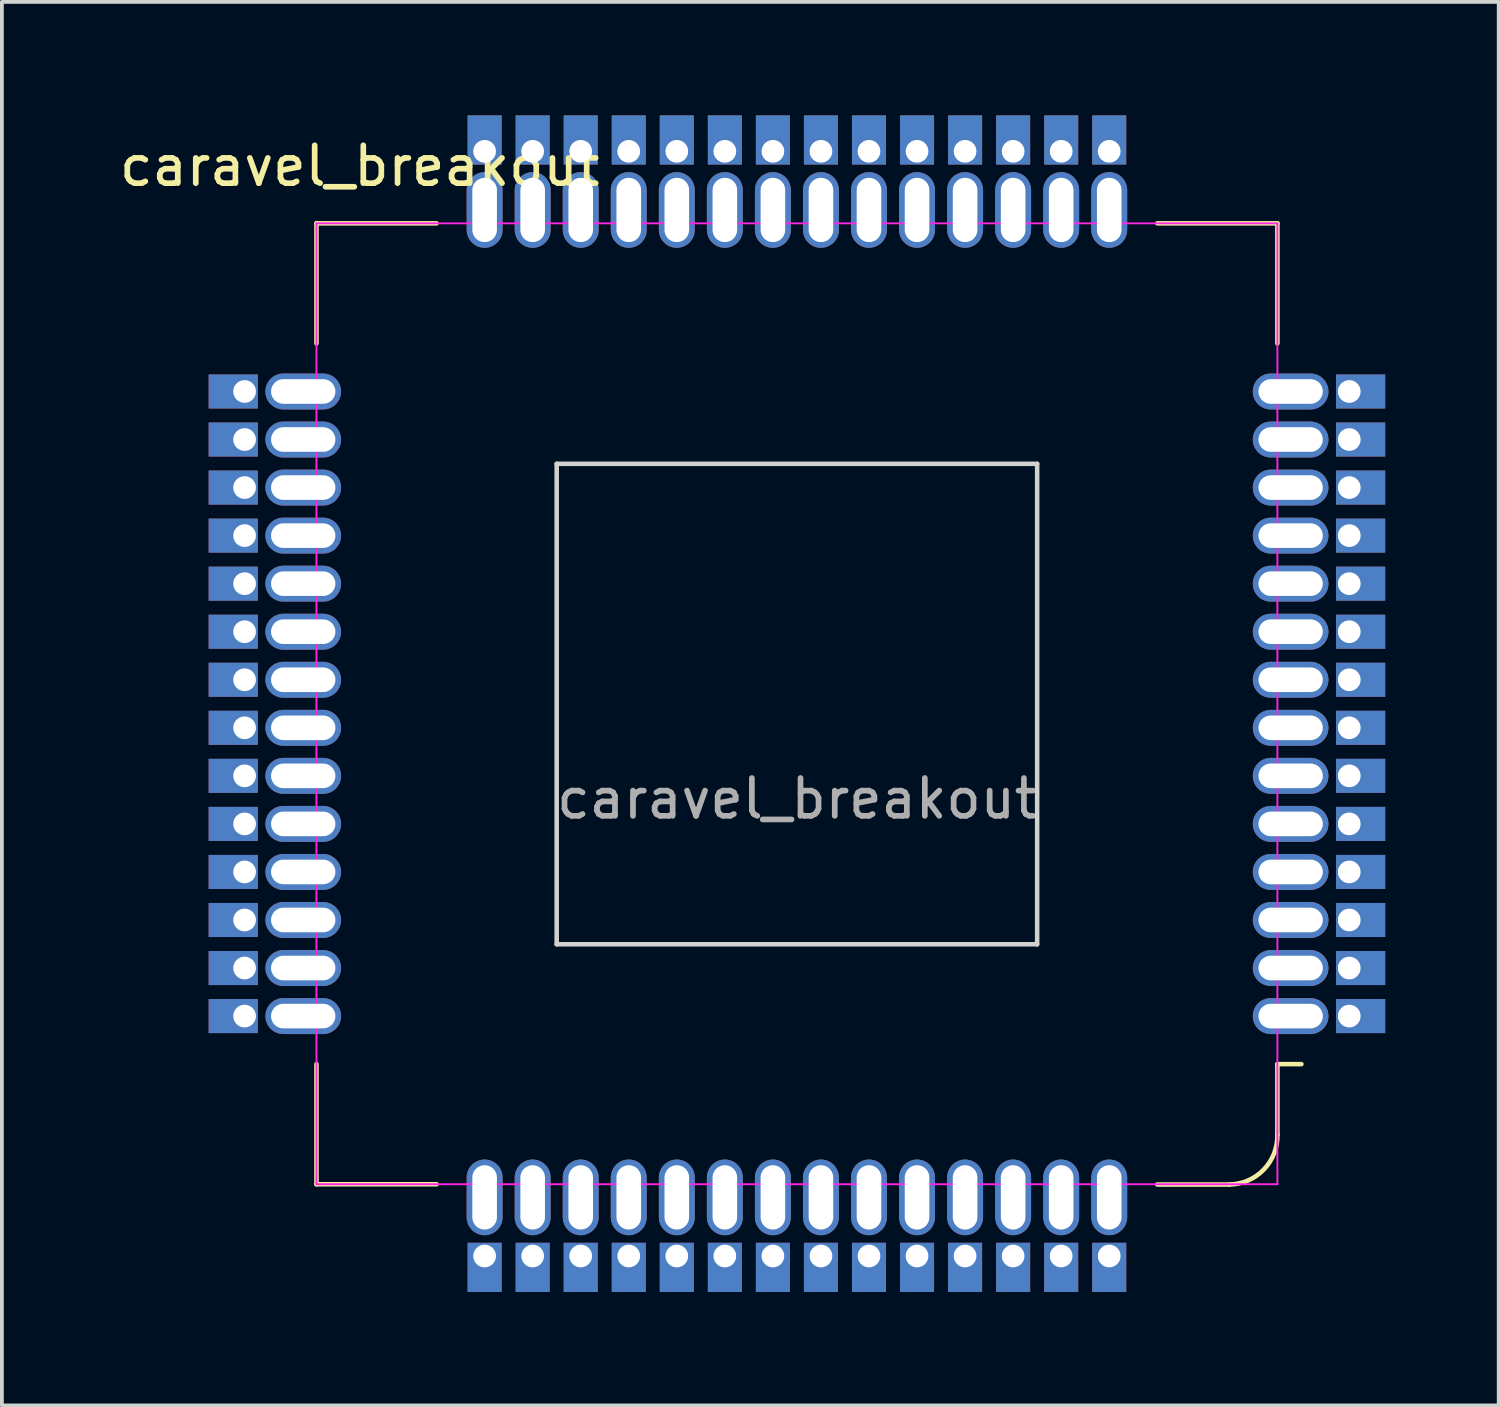
<source format=kicad_pcb>
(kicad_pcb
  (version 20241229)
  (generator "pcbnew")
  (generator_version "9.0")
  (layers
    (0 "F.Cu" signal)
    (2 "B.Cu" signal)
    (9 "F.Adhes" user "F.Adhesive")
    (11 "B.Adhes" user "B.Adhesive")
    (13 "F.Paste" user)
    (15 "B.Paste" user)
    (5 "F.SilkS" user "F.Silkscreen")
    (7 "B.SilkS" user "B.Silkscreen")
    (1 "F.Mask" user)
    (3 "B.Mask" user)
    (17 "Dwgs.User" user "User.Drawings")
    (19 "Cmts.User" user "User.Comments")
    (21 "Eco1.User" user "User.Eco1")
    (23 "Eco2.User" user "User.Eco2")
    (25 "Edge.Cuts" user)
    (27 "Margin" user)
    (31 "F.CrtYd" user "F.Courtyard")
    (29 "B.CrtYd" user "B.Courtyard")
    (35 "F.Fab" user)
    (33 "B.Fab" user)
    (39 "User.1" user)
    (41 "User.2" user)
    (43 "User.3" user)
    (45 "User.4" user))
  (footprint "caravel_breakout"
    (layer "F.Cu")
    (at 18.015 15.56)
    (property "Reference" "caravel_breakout" (at -11.557 -14.224 0) (unlocked yes) (layer "F.SilkS") (effects (font (size 1 1) (thickness 0.15))))
    (attr through_hole)
    (fp_line (start -12.7 -12.707) (end -9.525 -12.707) (stroke (width 0.12) (type solid)) (layer "F.SilkS"))
    (fp_line (start -12.7 -9.532) (end -12.7 -12.707) (stroke (width 0.12) (type solid)) (layer "F.SilkS"))
    (fp_line (start -12.7 9.518) (end -12.7 12.693) (stroke (width 0.12) (type solid)) (layer "F.SilkS"))
    (fp_line (start -12.7 12.693) (end -9.525 12.693) (stroke (width 0.12) (type solid)) (layer "F.SilkS"))
    (fp_line (start 9.525 -12.707) (end 12.7 -12.707) (stroke (width 0.12) (type solid)) (layer "F.SilkS"))
    (fp_line (start 9.525 12.7) (end 11.43 12.7) (stroke (width 0.12) (type solid)) (layer "F.SilkS"))
    (fp_line (start 12.7 -12.707) (end 12.7 -9.532) (stroke (width 0.12) (type solid)) (layer "F.SilkS"))
    (fp_line (start 12.7 9.518) (end 13.335 9.518) (stroke (width 0.12) (type solid)) (layer "F.SilkS"))
    (fp_line (start 12.7 11.38) (end 12.7 9.518) (stroke (width 0.12) (type solid)) (layer "F.SilkS"))
    (fp_arc (start 12.7 11.3805) (mid 12.340258 12.305182) (end 11.43 12.7) (stroke (width 0.12) (type solid)) (layer "F.SilkS"))
    (fp_line (start -6.35 -6.35) (end 6.35 -6.35) (stroke (width 0.12) (type solid)) (layer "Edge.Cuts"))
    (fp_line (start -6.35 6.35) (end -6.35 -6.35) (stroke (width 0.12) (type solid)) (layer "Edge.Cuts"))
    (fp_line (start 6.35 -6.35) (end 6.35 6.35) (stroke (width 0.12) (type solid)) (layer "Edge.Cuts"))
    (fp_line (start 6.35 6.35) (end -6.35 6.35) (stroke (width 0.12) (type solid)) (layer "Edge.Cuts"))
    (fp_line (start -12.7 -12.707) (end 12.7 -12.707) (stroke (width 0.05) (type solid)) (layer "F.CrtYd"))
    (fp_line (start -12.7 12.693) (end -12.7 -12.707) (stroke (width 0.05) (type solid)) (layer "F.CrtYd"))
    (fp_line (start -12.7 12.693) (end 12.7 12.693) (stroke (width 0.05) (type solid)) (layer "F.CrtYd"))
    (fp_line (start 12.7 12.693) (end 12.7 -12.707) (stroke (width 0.05) (type solid)) (layer "F.CrtYd"))
    (fp_text user "${REFERENCE}" (at 0 2.5 0) (unlocked yes) (layer "F.Fab") (effects (font (size 1 1) (thickness 0.15))))
    (pad "1" thru_hole oval (at 13.05 8.248 180) (size 2 0.95) (drill oval 1.7 0.65) (layers "*.Cu" "*.Mask"))
    (pad "1" thru_hole rect (at 14.6 8.248 180) (size 1.3 0.9) (drill 0.6 (offset -0.3 0)) (layers "*.Cu" "*.Mask"))
    (pad "2" thru_hole oval (at 13.05 6.978 180) (size 2 0.95) (drill oval 1.7 0.65) (layers "*.Cu" "*.Mask"))
    (pad "2" thru_hole rect (at 14.6 6.978 180) (size 1.3 0.9) (drill 0.6 (offset -0.3 0)) (layers "*.Cu" "*.Mask"))
    (pad "3" thru_hole oval (at 13.05 5.708 180) (size 2 0.95) (drill oval 1.7 0.65) (layers "*.Cu" "*.Mask"))
    (pad "3" thru_hole rect (at 14.6 5.708 180) (size 1.3 0.9) (drill 0.6 (offset -0.3 0)) (layers "*.Cu" "*.Mask"))
    (pad "4" thru_hole oval (at 13.05 4.438 180) (size 2 0.95) (drill oval 1.7 0.65) (layers "*.Cu" "*.Mask"))
    (pad "4" thru_hole rect (at 14.6 4.438 180) (size 1.3 0.9) (drill 0.6 (offset -0.3 0)) (layers "*.Cu" "*.Mask"))
    (pad "5" thru_hole oval (at 13.05 3.168 180) (size 2 0.95) (drill oval 1.7 0.65) (layers "*.Cu" "*.Mask"))
    (pad "5" thru_hole rect (at 14.6 3.168 180) (size 1.3 0.9) (drill 0.6 (offset -0.3 0)) (layers "*.Cu" "*.Mask"))
    (pad "6" thru_hole oval (at 13.05 1.898 180) (size 2 0.95) (drill oval 1.7 0.65) (layers "*.Cu" "*.Mask"))
    (pad "6" thru_hole rect (at 14.6 1.898 180) (size 1.3 0.9) (drill 0.6 (offset -0.3 0)) (layers "*.Cu" "*.Mask"))
    (pad "7" thru_hole oval (at 13.05 0.628 180) (size 2 0.95) (drill oval 1.7 0.65) (layers "*.Cu" "*.Mask"))
    (pad "7" thru_hole rect (at 14.6 0.628 180) (size 1.3 0.9) (drill 0.6 (offset -0.3 0)) (layers "*.Cu" "*.Mask"))
    (pad "8" thru_hole oval (at 13.05 -0.642 180) (size 2 0.95) (drill oval 1.7 0.65) (layers "*.Cu" "*.Mask"))
    (pad "8" thru_hole rect (at 14.6 -0.642 180) (size 1.3 0.9) (drill 0.6 (offset -0.3 0)) (layers "*.Cu" "*.Mask"))
    (pad "9" thru_hole oval (at 13.05 -1.912 180) (size 2 0.95) (drill oval 1.7 0.65) (layers "*.Cu" "*.Mask"))
    (pad "9" thru_hole rect (at 14.6 -1.912 180) (size 1.3 0.9) (drill 0.6 (offset -0.3 0)) (layers "*.Cu" "*.Mask"))
    (pad "10" thru_hole oval (at 13.05 -3.182 180) (size 2 0.95) (drill oval 1.7 0.65) (layers "*.Cu" "*.Mask"))
    (pad "10" thru_hole rect (at 14.6 -3.182 180) (size 1.3 0.9) (drill 0.6 (offset -0.3 0)) (layers "*.Cu" "*.Mask"))
    (pad "11" thru_hole oval (at 13.05 -4.452 180) (size 2 0.95) (drill oval 1.7 0.65) (layers "*.Cu" "*.Mask"))
    (pad "11" thru_hole rect (at 14.6 -4.452 180) (size 1.3 0.9) (drill 0.6 (offset -0.3 0)) (layers "*.Cu" "*.Mask"))
    (pad "12" thru_hole oval (at 13.05 -5.722 180) (size 2 0.95) (drill oval 1.7 0.65) (layers "*.Cu" "*.Mask"))
    (pad "12" thru_hole rect (at 14.6 -5.722 180) (size 1.3 0.9) (drill 0.6 (offset -0.3 0)) (layers "*.Cu" "*.Mask"))
    (pad "13" thru_hole oval (at 13.05 -6.992 180) (size 2 0.95) (drill oval 1.7 0.65) (layers "*.Cu" "*.Mask"))
    (pad "13" thru_hole rect (at 14.6 -6.992 180) (size 1.3 0.9) (drill 0.6 (offset -0.3 0)) (layers "*.Cu" "*.Mask"))
    (pad "14" thru_hole oval (at 13.05 -8.262 180) (size 2 0.95) (drill oval 1.7 0.65) (layers "*.Cu" "*.Mask"))
    (pad "14" thru_hole rect (at 14.6 -8.262 180) (size 1.3 0.9) (drill 0.6 (offset -0.3 0)) (layers "*.Cu" "*.Mask"))
    (pad "15" thru_hole rect (at 8.255 -14.61 270) (size 1.3 0.9) (drill 0.6 (offset -0.3 0)) (layers "*.Cu" "*.Mask"))
    (pad "15" thru_hole oval (at 8.255 -13.06 270) (size 2 0.95) (drill oval 1.7 0.65) (layers "*.Cu" "*.Mask"))
    (pad "16" thru_hole rect (at 6.985 -14.61 270) (size 1.3 0.9) (drill 0.6 (offset -0.3 0)) (layers "*.Cu" "*.Mask"))
    (pad "16" thru_hole oval (at 6.985 -13.06 270) (size 2 0.95) (drill oval 1.7 0.65) (layers "*.Cu" "*.Mask"))
    (pad "17" thru_hole rect (at 5.715 -14.61 270) (size 1.3 0.9) (drill 0.6 (offset -0.3 0)) (layers "*.Cu" "*.Mask"))
    (pad "17" thru_hole oval (at 5.715 -13.06 270) (size 2 0.95) (drill oval 1.7 0.65) (layers "*.Cu" "*.Mask"))
    (pad "18" thru_hole rect (at 4.445 -14.61 270) (size 1.3 0.9) (drill 0.6 (offset -0.3 0)) (layers "*.Cu" "*.Mask"))
    (pad "18" thru_hole oval (at 4.445 -13.06 270) (size 2 0.95) (drill oval 1.7 0.65) (layers "*.Cu" "*.Mask"))
    (pad "19" thru_hole rect (at 3.175 -14.61 270) (size 1.3 0.9) (drill 0.6 (offset -0.3 0)) (layers "*.Cu" "*.Mask"))
    (pad "19" thru_hole oval (at 3.175 -13.06 270) (size 2 0.95) (drill oval 1.7 0.65) (layers "*.Cu" "*.Mask"))
    (pad "20" thru_hole rect (at 1.905 -14.61 270) (size 1.3 0.9) (drill 0.6 (offset -0.3 0)) (layers "*.Cu" "*.Mask"))
    (pad "20" thru_hole oval (at 1.905 -13.06 270) (size 2 0.95) (drill oval 1.7 0.65) (layers "*.Cu" "*.Mask"))
    (pad "21" thru_hole rect (at 0.635 -14.61 270) (size 1.3 0.9) (drill 0.6 (offset -0.3 0)) (layers "*.Cu" "*.Mask"))
    (pad "21" thru_hole oval (at 0.635 -13.06 270) (size 2 0.95) (drill oval 1.7 0.65) (layers "*.Cu" "*.Mask"))
    (pad "22" thru_hole rect (at -0.635 -14.61 270) (size 1.3 0.9) (drill 0.6 (offset -0.3 0)) (layers "*.Cu" "*.Mask"))
    (pad "22" thru_hole oval (at -0.635 -13.06 270) (size 2 0.95) (drill oval 1.7 0.65) (layers "*.Cu" "*.Mask"))
    (pad "23" thru_hole rect (at -1.905 -14.61 270) (size 1.3 0.9) (drill 0.6 (offset -0.3 0)) (layers "*.Cu" "*.Mask"))
    (pad "23" thru_hole oval (at -1.905 -13.06 270) (size 2 0.95) (drill oval 1.7 0.65) (layers "*.Cu" "*.Mask"))
    (pad "24" thru_hole rect (at -3.175 -14.61 270) (size 1.3 0.9) (drill 0.6 (offset -0.3 0)) (layers "*.Cu" "*.Mask"))
    (pad "24" thru_hole oval (at -3.175 -13.06 270) (size 2 0.95) (drill oval 1.7 0.65) (layers "*.Cu" "*.Mask"))
    (pad "25" thru_hole rect (at -4.445 -14.61 270) (size 1.3 0.9) (drill 0.6 (offset -0.3 0)) (layers "*.Cu" "*.Mask"))
    (pad "25" thru_hole oval (at -4.445 -13.06 270) (size 2 0.95) (drill oval 1.7 0.65) (layers "*.Cu" "*.Mask"))
    (pad "26" thru_hole rect (at -5.715 -14.61 270) (size 1.3 0.9) (drill 0.6 (offset -0.3 0)) (layers "*.Cu" "*.Mask"))
    (pad "26" thru_hole oval (at -5.715 -13.06 270) (size 2 0.95) (drill oval 1.7 0.65) (layers "*.Cu" "*.Mask"))
    (pad "27" thru_hole rect (at -6.985 -14.61 270) (size 1.3 0.9) (drill 0.6 (offset -0.3 0)) (layers "*.Cu" "*.Mask"))
    (pad "27" thru_hole oval (at -6.985 -13.06 270) (size 2 0.95) (drill oval 1.7 0.65) (layers "*.Cu" "*.Mask"))
    (pad "28" thru_hole rect (at -8.255 -14.61 270) (size 1.3 0.9) (drill 0.6 (offset -0.3 0)) (layers "*.Cu" "*.Mask"))
    (pad "28" thru_hole oval (at -8.255 -13.06 270) (size 2 0.95) (drill oval 1.7 0.65) (layers "*.Cu" "*.Mask"))
    (pad "29" thru_hole rect (at -14.6 -8.262) (size 1.3 0.9) (drill 0.6 (offset -0.3 0)) (layers "*.Cu" "*.Mask"))
    (pad "29" thru_hole oval (at -13.05 -8.262) (size 2 0.95) (drill oval 1.7 0.65) (layers "*.Cu" "*.Mask"))
    (pad "30" thru_hole rect (at -14.6 -6.992) (size 1.3 0.9) (drill 0.6 (offset -0.3 0)) (layers "*.Cu" "*.Mask"))
    (pad "30" thru_hole oval (at -13.05 -6.992) (size 2 0.95) (drill oval 1.7 0.65) (layers "*.Cu" "*.Mask"))
    (pad "31" thru_hole rect (at -14.6 -5.722) (size 1.3 0.9) (drill 0.6 (offset -0.3 0)) (layers "*.Cu" "*.Mask"))
    (pad "31" thru_hole oval (at -13.05 -5.722) (size 2 0.95) (drill oval 1.7 0.65) (layers "*.Cu" "*.Mask"))
    (pad "32" thru_hole rect (at -14.6 -4.452) (size 1.3 0.9) (drill 0.6 (offset -0.3 0)) (layers "*.Cu" "*.Mask"))
    (pad "32" thru_hole oval (at -13.05 -4.452) (size 2 0.95) (drill oval 1.7 0.65) (layers "*.Cu" "*.Mask"))
    (pad "33" thru_hole rect (at -14.6 -3.182) (size 1.3 0.9) (drill 0.6 (offset -0.3 0)) (layers "*.Cu" "*.Mask"))
    (pad "33" thru_hole oval (at -13.05 -3.182) (size 2 0.95) (drill oval 1.7 0.65) (layers "*.Cu" "*.Mask"))
    (pad "34" thru_hole rect (at -14.6 -1.912) (size 1.3 0.9) (drill 0.6 (offset -0.3 0)) (layers "*.Cu" "*.Mask"))
    (pad "34" thru_hole oval (at -13.05 -1.912) (size 2 0.95) (drill oval 1.7 0.65) (layers "*.Cu" "*.Mask"))
    (pad "35" thru_hole rect (at -14.6 -0.642) (size 1.3 0.9) (drill 0.6 (offset -0.3 0)) (layers "*.Cu" "*.Mask"))
    (pad "35" thru_hole oval (at -13.05 -0.642) (size 2 0.95) (drill oval 1.7 0.65) (layers "*.Cu" "*.Mask"))
    (pad "36" thru_hole rect (at -14.6 0.628) (size 1.3 0.9) (drill 0.6 (offset -0.3 0)) (layers "*.Cu" "*.Mask"))
    (pad "36" thru_hole oval (at -13.05 0.628) (size 2 0.95) (drill oval 1.7 0.65) (layers "*.Cu" "*.Mask"))
    (pad "37" thru_hole rect (at -14.6 1.898) (size 1.3 0.9) (drill 0.6 (offset -0.3 0)) (layers "*.Cu" "*.Mask"))
    (pad "37" thru_hole oval (at -13.05 1.898) (size 2 0.95) (drill oval 1.7 0.65) (layers "*.Cu" "*.Mask"))
    (pad "38" thru_hole rect (at -14.6 3.168) (size 1.3 0.9) (drill 0.6 (offset -0.3 0)) (layers "*.Cu" "*.Mask"))
    (pad "38" thru_hole oval (at -13.05 3.168) (size 2 0.95) (drill oval 1.7 0.65) (layers "*.Cu" "*.Mask"))
    (pad "39" thru_hole rect (at -14.6 4.438) (size 1.3 0.9) (drill 0.6 (offset -0.3 0)) (layers "*.Cu" "*.Mask"))
    (pad "39" thru_hole oval (at -13.05 4.438) (size 2 0.95) (drill oval 1.7 0.65) (layers "*.Cu" "*.Mask"))
    (pad "40" thru_hole rect (at -14.6 5.708) (size 1.3 0.9) (drill 0.6 (offset -0.3 0)) (layers "*.Cu" "*.Mask"))
    (pad "40" thru_hole oval (at -13.05 5.708) (size 2 0.95) (drill oval 1.7 0.65) (layers "*.Cu" "*.Mask"))
    (pad "41" thru_hole rect (at -14.6 6.978) (size 1.3 0.9) (drill 0.6 (offset -0.3 0)) (layers "*.Cu" "*.Mask"))
    (pad "41" thru_hole oval (at -13.05 6.978) (size 2 0.95) (drill oval 1.7 0.65) (layers "*.Cu" "*.Mask"))
    (pad "42" thru_hole rect (at -14.6 8.248) (size 1.3 0.9) (drill 0.6 (offset -0.3 0)) (layers "*.Cu" "*.Mask"))
    (pad "42" thru_hole oval (at -13.05 8.248) (size 2 0.95) (drill oval 1.7 0.65) (layers "*.Cu" "*.Mask"))
    (pad "43" thru_hole oval (at -8.255 13.04 90) (size 2 0.95) (drill oval 1.7 0.65) (layers "*.Cu" "*.Mask"))
    (pad "43" thru_hole rect (at -8.255 14.59 90) (size 1.3 0.9) (drill 0.6 (offset -0.3 0)) (layers "*.Cu" "*.Mask"))
    (pad "44" thru_hole oval (at -6.985 13.04 90) (size 2 0.95) (drill oval 1.7 0.65) (layers "*.Cu" "*.Mask"))
    (pad "44" thru_hole rect (at -6.985 14.59 90) (size 1.3 0.9) (drill 0.6 (offset -0.3 0)) (layers "*.Cu" "*.Mask"))
    (pad "45" thru_hole oval (at -5.715 13.04 90) (size 2 0.95) (drill oval 1.7 0.65) (layers "*.Cu" "*.Mask"))
    (pad "45" thru_hole rect (at -5.715 14.59 90) (size 1.3 0.9) (drill 0.6 (offset -0.3 0)) (layers "*.Cu" "*.Mask"))
    (pad "46" thru_hole oval (at -4.445 13.04 90) (size 2 0.95) (drill oval 1.7 0.65) (layers "*.Cu" "*.Mask"))
    (pad "46" thru_hole rect (at -4.445 14.59 90) (size 1.3 0.9) (drill 0.6 (offset -0.3 0)) (layers "*.Cu" "*.Mask"))
    (pad "47" thru_hole oval (at -3.175 13.04 90) (size 2 0.95) (drill oval 1.7 0.65) (layers "*.Cu" "*.Mask"))
    (pad "47" thru_hole rect (at -3.175 14.59 90) (size 1.3 0.9) (drill 0.6 (offset -0.3 0)) (layers "*.Cu" "*.Mask"))
    (pad "48" thru_hole oval (at -1.905 13.04 90) (size 2 0.95) (drill oval 1.7 0.65) (layers "*.Cu" "*.Mask"))
    (pad "48" thru_hole rect (at -1.905 14.59 90) (size 1.3 0.9) (drill 0.6 (offset -0.3 0)) (layers "*.Cu" "*.Mask"))
    (pad "49" thru_hole oval (at -0.635 13.04 90) (size 2 0.95) (drill oval 1.7 0.65) (layers "*.Cu" "*.Mask"))
    (pad "49" thru_hole rect (at -0.635 14.59 90) (size 1.3 0.9) (drill 0.6 (offset -0.3 0)) (layers "*.Cu" "*.Mask"))
    (pad "50" thru_hole oval (at 0.635 13.04 90) (size 2 0.95) (drill oval 1.7 0.65) (layers "*.Cu" "*.Mask"))
    (pad "50" thru_hole rect (at 0.635 14.59 90) (size 1.3 0.9) (drill 0.6 (offset -0.3 0)) (layers "*.Cu" "*.Mask"))
    (pad "51" thru_hole oval (at 1.905 13.04 90) (size 2 0.95) (drill oval 1.7 0.65) (layers "*.Cu" "*.Mask"))
    (pad "51" thru_hole rect (at 1.905 14.59 90) (size 1.3 0.9) (drill 0.6 (offset -0.3 0)) (layers "*.Cu" "*.Mask"))
    (pad "52" thru_hole oval (at 3.175 13.04 90) (size 2 0.95) (drill oval 1.7 0.65) (layers "*.Cu" "*.Mask"))
    (pad "52" thru_hole rect (at 3.175 14.59 90) (size 1.3 0.9) (drill 0.6 (offset -0.3 0)) (layers "*.Cu" "*.Mask"))
    (pad "53" thru_hole oval (at 4.445 13.04 90) (size 2 0.95) (drill oval 1.7 0.65) (layers "*.Cu" "*.Mask"))
    (pad "53" thru_hole rect (at 4.445 14.59 90) (size 1.3 0.9) (drill 0.6 (offset -0.3 0)) (layers "*.Cu" "*.Mask"))
    (pad "54" thru_hole oval (at 5.715 13.04 90) (size 2 0.95) (drill oval 1.7 0.65) (layers "*.Cu" "*.Mask"))
    (pad "54" thru_hole rect (at 5.715 14.59 90) (size 1.3 0.9) (drill 0.6 (offset -0.3 0)) (layers "*.Cu" "*.Mask"))
    (pad "55" thru_hole oval (at 6.985 13.04 90) (size 2 0.95) (drill oval 1.7 0.65) (layers "*.Cu" "*.Mask"))
    (pad "55" thru_hole rect (at 6.985 14.59 90) (size 1.3 0.9) (drill 0.6 (offset -0.3 0)) (layers "*.Cu" "*.Mask"))
    (pad "56" thru_hole oval (at 8.255 13.04 90) (size 2 0.95) (drill oval 1.7 0.65) (layers "*.Cu" "*.Mask"))
    (pad "56" thru_hole rect (at 8.255 14.59 90) (size 1.3 0.9) (drill 0.6 (offset -0.3 0)) (layers "*.Cu" "*.Mask"))
    (zone (net_name "") (layers "F.Cu" "F.Mask" "B.Cu" "B.Mask" "F.SilkS" "B.SilkS" "F.Adhes" "B.Adhes" "F.Paste" "B.Paste") (name "Breakout board pop area") (hatch full 0.508) (connect_pads) (min_thickness 0.254) (filled_areas_thickness no) (keepout (tracks not_allowed) (vias not_allowed) (pads not_allowed) (copperpour not_allowed) (footprints not_allowed)) (placement (enabled no)) (fill) (polygon (pts (xy 24.365 21.91) (xy 11.665 21.91) (xy 11.665 9.21) (xy 24.365 9.21)))))
  (gr_rect
    (start -3 -3)
    (end 36.565 34.1)
    (stroke (width 0.1) (type default))
    (fill no)
    (layer "Edge.Cuts")))
</source>
